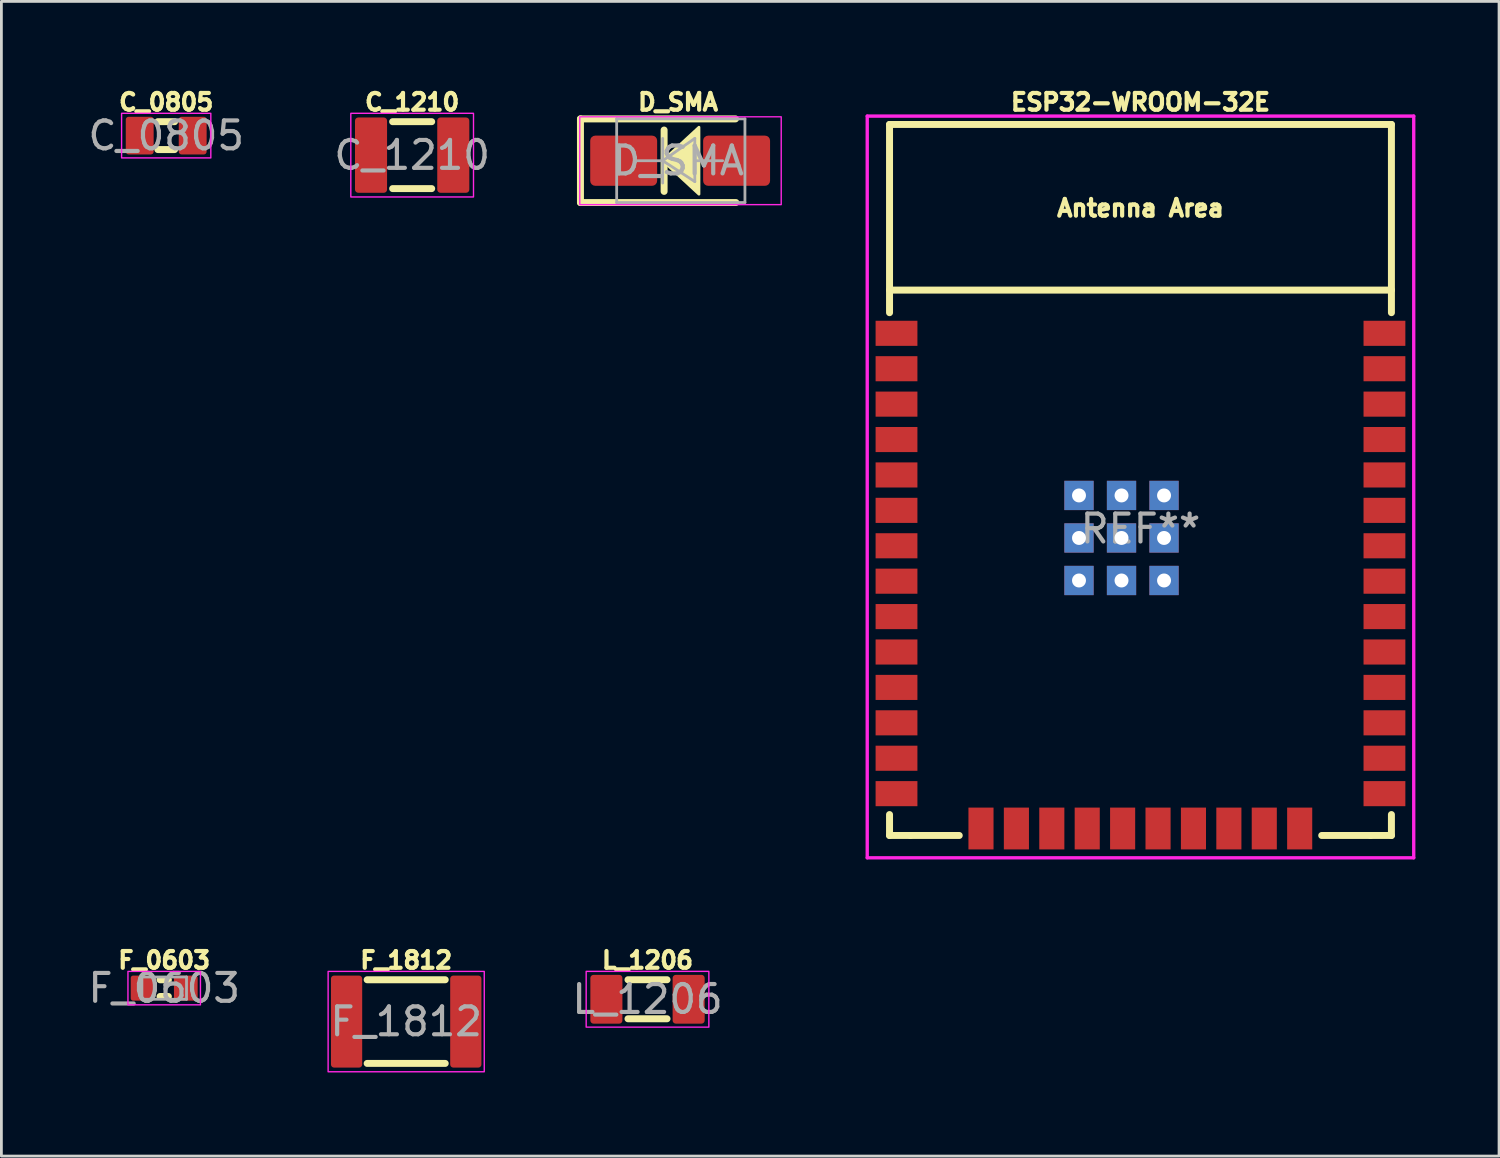
<source format=kicad_pcb>
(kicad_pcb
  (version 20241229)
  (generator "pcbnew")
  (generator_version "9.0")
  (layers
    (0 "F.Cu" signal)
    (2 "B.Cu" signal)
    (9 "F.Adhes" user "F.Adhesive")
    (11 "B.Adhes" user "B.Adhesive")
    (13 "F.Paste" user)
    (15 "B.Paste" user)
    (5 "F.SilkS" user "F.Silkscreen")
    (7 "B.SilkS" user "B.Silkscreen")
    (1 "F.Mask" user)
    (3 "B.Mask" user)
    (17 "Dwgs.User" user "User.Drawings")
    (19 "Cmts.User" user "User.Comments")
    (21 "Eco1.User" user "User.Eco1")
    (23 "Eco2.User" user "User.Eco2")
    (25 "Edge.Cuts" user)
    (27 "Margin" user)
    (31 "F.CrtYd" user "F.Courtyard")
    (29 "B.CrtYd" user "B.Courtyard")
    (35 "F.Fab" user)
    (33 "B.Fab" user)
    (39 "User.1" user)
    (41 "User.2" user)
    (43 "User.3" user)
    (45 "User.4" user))
  (footprint "F_1812"
    (layer "F.Cu")
    (at 11.518 33.589)
    (property "Reference" "F_1812" (at 0 -2.2 0) (unlocked yes) (layer "F.SilkS") (effects (font (size 0.6 0.6) (thickness 0.15) (bold yes))))
    (attr smd)
    (fp_line (start -1.4 -1.5) (end 1.4 -1.5) (stroke (width 0.25) (type default)) (layer "F.SilkS"))
    (fp_line (start -1.4 1.5) (end 1.4 1.5) (stroke (width 0.25) (type default)) (layer "F.SilkS"))
    (fp_rect (start -2.8 -1.8) (end 2.8 1.8) (stroke (width 0.05) (type default)) (fill no) (layer "F.CrtYd"))
    (fp_text user "${REFERENCE}" (at 0 0 0) (unlocked yes) (layer "F.Fab") (effects (font (size 1 1) (thickness 0.15))))
    (pad "1" smd roundrect (at -2.138 0) (size 1.12 3.3) (layers "F.Cu" "F.Mask" "F.Paste") (roundrect_rratio 0.1))
    (pad "2" smd roundrect (at 2.138 0) (size 1.12 3.3) (layers "F.Cu" "F.Mask" "F.Paste") (roundrect_rratio 0.1)))
  (footprint "F_0603"
    (layer "F.Cu")
    (at 2.839 32.389)
    (property "Reference" "F_0603" (at 0 -1 0) (unlocked yes) (layer "F.SilkS") (effects (font (size 0.6 0.6) (thickness 0.15) (bold yes))))
    (attr smd)
    (fp_line (start -0.15 -0.3) (end 0.15 -0.3) (stroke (width 0.25) (type default)) (layer "F.SilkS"))
    (fp_line (start -0.15 0.3) (end 0.15 0.3) (stroke (width 0.25) (type default)) (layer "F.SilkS"))
    (fp_rect (start -1.3 -0.6) (end 1.3 0.6) (stroke (width 0.05) (type default)) (fill no) (layer "F.CrtYd"))
    (fp_line (start -0.8 -0.4) (end 0.8 -0.4) (stroke (width 0.1) (type solid)) (layer "F.Fab"))
    (fp_line (start -0.8 0.4) (end -0.8 -0.4) (stroke (width 0.1) (type solid)) (layer "F.Fab"))
    (fp_line (start 0.8 -0.4) (end 0.8 0.4) (stroke (width 0.1) (type solid)) (layer "F.Fab"))
    (fp_line (start 0.8 0.4) (end -0.8 0.4) (stroke (width 0.1) (type solid)) (layer "F.Fab"))
    (fp_text user "${REFERENCE}" (at 0 0 0) (unlocked yes) (layer "F.Fab") (effects (font (size 1 1) (thickness 0.15))))
    (pad "1" smd roundrect (at -0.775 0) (size 0.85 0.9) (layers "F.Cu" "F.Mask" "F.Paste") (roundrect_rratio 0.1))
    (pad "2" smd roundrect (at 0.775 0) (size 0.85 0.9) (layers "F.Cu" "F.Mask" "F.Paste") (roundrect_rratio 0.1)))
  (footprint "D_SMA"
    (layer "F.Cu")
    (at 21.268 2.714)
    (property "Reference" "D_SMA" (at 0 -2.1 0) (unlocked yes) (layer "F.SilkS") (effects (font (size 0.6 0.6) (thickness 0.15) (bold yes))))
    (attr smd)
    (fp_line (start -3.5 -1.5) (end -3.5 1.5) (stroke (width 0.25) (type solid)) (layer "F.SilkS"))
    (fp_line (start -3.5 -1.5) (end 2.06 -1.5) (stroke (width 0.25) (type solid)) (layer "F.SilkS"))
    (fp_line (start -3.5 1.5) (end 2.074 1.5) (stroke (width 0.25) (type solid)) (layer "F.SilkS"))
    (fp_line (start -0.5 -1.1) (end -0.5 1.1) (stroke (width 0.25) (type default)) (layer "F.SilkS"))
    (fp_poly (pts (xy -0.55 0) (xy 0.75 -1.2) (xy 0.75 1.2)) (stroke (width 0.1) (type solid)) (fill yes) (layer "F.SilkS"))
    (fp_rect (start -3.525 -1.575) (end 3.7 1.575) (stroke (width 0.05) (type default)) (fill no) (layer "F.CrtYd"))
    (fp_line (start -2.201 1.499) (end -2.201 -1.501) (stroke (width 0.1) (type solid)) (layer "F.Fab"))
    (fp_line (start -0.55 -0.8) (end -0.55 0.8) (stroke (width 0.1) (type solid)) (layer "F.Fab"))
    (fp_line (start -0.55 0) (end -1.452 0) (stroke (width 0.1) (type solid)) (layer "F.Fab"))
    (fp_line (start -0.55 0) (end 0.601 -0.8) (stroke (width 0.1) (type solid)) (layer "F.Fab"))
    (fp_line (start -0.55 0) (end 0.601 0.749) (stroke (width 0.1) (type solid)) (layer "F.Fab"))
    (fp_line (start 0.601 0) (end 1.599 0) (stroke (width 0.1) (type solid)) (layer "F.Fab"))
    (fp_line (start 0.601 0.749) (end 0.601 -0.8) (stroke (width 0.1) (type solid)) (layer "F.Fab"))
    (fp_line (start 2.399 -1.501) (end -2.201 -1.501) (stroke (width 0.1) (type solid)) (layer "F.Fab"))
    (fp_line (start 2.399 -1.501) (end 2.399 1.499) (stroke (width 0.1) (type solid)) (layer "F.Fab"))
    (fp_line (start 2.399 1.499) (end -2.201 1.499) (stroke (width 0.1) (type solid)) (layer "F.Fab"))
    (fp_text user "${REFERENCE}" (at 0 0 0) (unlocked yes) (layer "F.Fab") (effects (font (size 1 1) (thickness 0.15))))
    (pad "1" smd roundrect (at -1.95 0) (size 2.4 1.8) (layers "F.Cu" "F.Mask" "F.Paste") (roundrect_rratio 0.1))
    (pad "2" smd roundrect (at 2.1 0) (size 2.4 1.8) (layers "F.Cu" "F.Mask" "F.Paste") (roundrect_rratio 0.1)))
  (footprint "C_0805"
    (layer "F.Cu")
    (at 2.911 1.814)
    (property "Reference" "C_0805" (at 0 -1.2 0) (unlocked yes) (layer "F.SilkS") (effects (font (size 0.6 0.6) (thickness 0.15) (bold yes))))
    (attr smd)
    (fp_line (start -0.3 -0.5) (end 0.3 -0.5) (stroke (width 0.25) (type default)) (layer "F.SilkS"))
    (fp_line (start -0.3 0.5) (end 0.3 0.5) (stroke (width 0.25) (type default)) (layer "F.SilkS"))
    (fp_rect (start -1.6 -0.8) (end 1.6 0.8) (stroke (width 0.05) (type default)) (fill no) (layer "F.CrtYd"))
    (fp_text user "${REFERENCE}" (at 0 0 0) (unlocked yes) (layer "F.Fab") (effects (font (size 1 1) (thickness 0.15))))
    (pad "1" smd roundrect (at -0.95 0) (size 1 1.35) (layers "F.Cu" "F.Mask" "F.Paste") (roundrect_rratio 0.1))
    (pad "2" smd roundrect (at 0.95 0) (size 1 1.35) (layers "F.Cu" "F.Mask" "F.Paste") (roundrect_rratio 0.1)))
  (footprint "C_1210"
    (layer "F.Cu")
    (at 11.732 2.514)
    (property "Reference" "C_1210" (at 0 -1.9 0) (unlocked yes) (layer "F.SilkS") (effects (font (size 0.6 0.6) (thickness 0.15) (bold yes))))
    (attr smd)
    (fp_line (start -0.7 -1.2) (end 0.7 -1.2) (stroke (width 0.25) (type default)) (layer "F.SilkS"))
    (fp_line (start -0.7 1.2) (end 0.7 1.2) (stroke (width 0.25) (type default)) (layer "F.SilkS"))
    (fp_rect (start -2.2 -1.5) (end 2.2 1.5) (stroke (width 0.05) (type default)) (fill no) (layer "F.CrtYd"))
    (fp_text user "${REFERENCE}" (at 0 0 0) (unlocked yes) (layer "F.Fab") (effects (font (size 1 1) (thickness 0.15))))
    (pad "1" smd roundrect (at -1.475 0) (size 1.15 2.7) (layers "F.Cu" "F.Mask" "F.Paste") (roundrect_rratio 0.1))
    (pad "2" smd roundrect (at 1.475 0) (size 1.15 2.7) (layers "F.Cu" "F.Mask" "F.Paste") (roundrect_rratio 0.1)))
  (footprint "L_1206"
    (layer "F.Cu")
    (at 20.173 32.788)
    (property "Reference" "L_1206" (at 0 -1.4 0) (unlocked yes) (layer "F.SilkS") (effects (font (size 0.6 0.6) (thickness 0.15) (bold yes))))
    (attr smd)
    (fp_line (start -0.7 -0.7) (end 0.7 -0.7) (stroke (width 0.25) (type default)) (layer "F.SilkS"))
    (fp_line (start -0.7 0.7) (end 0.7 0.7) (stroke (width 0.25) (type default)) (layer "F.SilkS"))
    (fp_rect (start -2.2 -1) (end 2.2 1) (stroke (width 0.05) (type default)) (fill no) (layer "F.CrtYd"))
    (fp_text user "${REFERENCE}" (at 0 0 0) (unlocked yes) (layer "F.Fab") (effects (font (size 1 1) (thickness 0.15))))
    (pad "1" smd roundrect (at -1.475 0) (size 1.15 1.75) (layers "F.Cu" "F.Mask" "F.Paste") (roundrect_rratio 0.1))
    (pad "2" smd roundrect (at 1.475 0) (size 1.15 1.75) (layers "F.Cu" "F.Mask" "F.Paste") (roundrect_rratio 0.1)))
  (footprint "ESP32-WROOM-32E"
    (layer "F.Cu")
    (at 37.853 15.914)
    (property "Reference" "ESP32-WROOM-32E" (at 0 -15.3 0) (layer "F.SilkS") (effects (font (size 0.6 0.6) (thickness 0.15))))
    (attr smd)
    (fp_line (start -9 -14.5) (end -9 -7.75) (stroke (width 0.25) (type solid)) (layer "F.SilkS"))
    (fp_line (start -9 -14.5) (end 9 -14.5) (stroke (width 0.25) (type solid)) (layer "F.SilkS"))
    (fp_line (start -9 10.25) (end -9 11) (stroke (width 0.25) (type solid)) (layer "F.SilkS"))
    (fp_line (start -9 11) (end -8.25 11) (stroke (width 0.25) (type solid)) (layer "F.SilkS"))
    (fp_line (start -8.25 11) (end -6.5 11) (stroke (width 0.25) (type solid)) (layer "F.SilkS"))
    (fp_line (start 8.25 11) (end 6.5 11) (stroke (width 0.25) (type solid)) (layer "F.SilkS"))
    (fp_line (start 9 -14.5) (end 9 -7.75) (stroke (width 0.25) (type solid)) (layer "F.SilkS"))
    (fp_line (start 9 -8.56) (end -9 -8.56) (stroke (width 0.25) (type solid)) (layer "F.SilkS"))
    (fp_line (start 9 10.25) (end 9 11) (stroke (width 0.25) (type solid)) (layer "F.SilkS"))
    (fp_line (start 9 11) (end 8.25 11) (stroke (width 0.25) (type solid)) (layer "F.SilkS"))
    (fp_line (start -9 -14.5) (end 9 -14.5) (stroke (width 0.12) (type solid)) (layer "Eco2.User"))
    (fp_line (start -9 -8.56) (end 9 -8.56) (stroke (width 0.12) (type solid)) (layer "Eco2.User"))
    (fp_line (start -9 11) (end -9 -14.5) (stroke (width 0.12) (type solid)) (layer "Eco2.User"))
    (fp_line (start 9 -14.5) (end 9 11) (stroke (width 0.12) (type solid)) (layer "Eco2.User"))
    (fp_line (start 9 11) (end -9 11) (stroke (width 0.12) (type solid)) (layer "Eco2.User"))
    (fp_line (start -9.8 -14.8) (end -9.8 11.8) (stroke (width 0.12) (type solid)) (layer "F.CrtYd"))
    (fp_line (start -9.8 11.8) (end 9.8 11.8) (stroke (width 0.12) (type solid)) (layer "F.CrtYd"))
    (fp_line (start 9.8 -14.8) (end -9.8 -14.8) (stroke (width 0.12) (type solid)) (layer "F.CrtYd"))
    (fp_line (start 9.8 -14.8) (end 9.8 11.8) (stroke (width 0.12) (type solid)) (layer "F.CrtYd"))
    (fp_text user "Antenna Area" (at 0 -11.5 0) (layer "F.SilkS") (effects (font (size 0.6 0.6) (thickness 0.15) (bold yes))))
    (fp_text user "Antenna Area" (at 0 -11.5 0) (layer "Eco2.User") (effects (font (size 0.6 0.6) (thickness 0.15))))
    (fp_text user "REF**" (at 0 0 0) (layer "F.Fab") (effects (font (size 1 1) (thickness 0.15))))
    (pad "1" smd rect (at -8.75 -7.01) (size 1.5 0.9) (layers "F.Cu" "F.Mask" "F.Paste"))
    (pad "2" smd rect (at -8.75 -5.74) (size 1.5 0.9) (layers "F.Cu" "F.Mask" "F.Paste"))
    (pad "3" smd rect (at -8.75 -4.47) (size 1.5 0.9) (layers "F.Cu" "F.Mask" "F.Paste"))
    (pad "4" smd rect (at -8.75 -3.2) (size 1.5 0.9) (layers "F.Cu" "F.Mask" "F.Paste"))
    (pad "5" smd rect (at -8.75 -1.93) (size 1.5 0.9) (layers "F.Cu" "F.Mask" "F.Paste"))
    (pad "6" smd rect (at -8.75 -0.66) (size 1.5 0.9) (layers "F.Cu" "F.Mask" "F.Paste"))
    (pad "7" smd rect (at -8.75 0.61) (size 1.5 0.9) (layers "F.Cu" "F.Mask" "F.Paste"))
    (pad "8" smd rect (at -8.75 1.88) (size 1.5 0.9) (layers "F.Cu" "F.Mask" "F.Paste"))
    (pad "9" smd rect (at -8.75 3.15) (size 1.5 0.9) (layers "F.Cu" "F.Mask" "F.Paste"))
    (pad "10" smd rect (at -8.75 4.42) (size 1.5 0.9) (layers "F.Cu" "F.Mask" "F.Paste"))
    (pad "11" smd rect (at -8.75 5.69) (size 1.5 0.9) (layers "F.Cu" "F.Mask" "F.Paste"))
    (pad "12" smd rect (at -8.75 6.96) (size 1.5 0.9) (layers "F.Cu" "F.Mask" "F.Paste"))
    (pad "13" smd rect (at -8.75 8.23) (size 1.5 0.9) (layers "F.Cu" "F.Mask" "F.Paste"))
    (pad "14" smd rect (at -8.75 9.5) (size 1.5 0.9) (layers "F.Cu" "F.Mask" "F.Paste"))
    (pad "15" smd rect (at -5.72 10.75 90) (size 1.5 0.9) (layers "F.Cu" "F.Mask" "F.Paste"))
    (pad "16" smd rect (at -4.45 10.75 90) (size 1.5 0.9) (layers "F.Cu" "F.Mask" "F.Paste"))
    (pad "17" smd rect (at -3.18 10.75 90) (size 1.5 0.9) (layers "F.Cu" "F.Mask" "F.Paste"))
    (pad "18" smd rect (at -1.91 10.75 90) (size 1.5 0.9) (layers "F.Cu" "F.Mask" "F.Paste"))
    (pad "19" smd rect (at -0.64 10.75 90) (size 1.5 0.9) (layers "F.Cu" "F.Mask" "F.Paste"))
    (pad "20" smd rect (at 0.63 10.75 90) (size 1.5 0.9) (layers "F.Cu" "F.Mask" "F.Paste"))
    (pad "21" smd rect (at 1.9 10.75 90) (size 1.5 0.9) (layers "F.Cu" "F.Mask" "F.Paste"))
    (pad "22" smd rect (at 3.17 10.75 90) (size 1.5 0.9) (layers "F.Cu" "F.Mask" "F.Paste"))
    (pad "23" smd rect (at 4.44 10.75 90) (size 1.5 0.9) (layers "F.Cu" "F.Mask" "F.Paste"))
    (pad "24" smd rect (at 5.71 10.75 90) (size 1.5 0.9) (layers "F.Cu" "F.Mask" "F.Paste"))
    (pad "25" smd rect (at 8.75 9.5 180) (size 1.5 0.9) (layers "F.Cu" "F.Mask" "F.Paste"))
    (pad "26" smd rect (at 8.75 8.23 180) (size 1.5 0.9) (layers "F.Cu" "F.Mask" "F.Paste"))
    (pad "27" smd rect (at 8.75 6.96 180) (size 1.5 0.9) (layers "F.Cu" "F.Mask" "F.Paste"))
    (pad "28" smd rect (at 8.75 5.69 180) (size 1.5 0.9) (layers "F.Cu" "F.Mask" "F.Paste"))
    (pad "29" smd rect (at 8.75 4.42 180) (size 1.5 0.9) (layers "F.Cu" "F.Mask" "F.Paste"))
    (pad "30" smd rect (at 8.75 3.15 180) (size 1.5 0.9) (layers "F.Cu" "F.Mask" "F.Paste"))
    (pad "31" smd rect (at 8.75 1.88 180) (size 1.5 0.9) (layers "F.Cu" "F.Mask" "F.Paste"))
    (pad "32" smd rect (at 8.75 0.61 180) (size 1.5 0.9) (layers "F.Cu" "F.Mask" "F.Paste"))
    (pad "33" smd rect (at 8.75 -0.66 180) (size 1.5 0.9) (layers "F.Cu" "F.Mask" "F.Paste"))
    (pad "34" smd rect (at 8.75 -1.93 180) (size 1.5 0.9) (layers "F.Cu" "F.Mask" "F.Paste"))
    (pad "35" smd rect (at 8.75 -3.2 180) (size 1.5 0.9) (layers "F.Cu" "F.Mask" "F.Paste"))
    (pad "36" smd rect (at 8.75 -4.47 180) (size 1.5 0.9) (layers "F.Cu" "F.Mask" "F.Paste"))
    (pad "37" smd rect (at 8.75 -5.74 180) (size 1.5 0.9) (layers "F.Cu" "F.Mask" "F.Paste"))
    (pad "38" smd rect (at 8.75 -7.01 180) (size 1.5 0.9) (layers "F.Cu" "F.Mask" "F.Paste"))
    (pad "39" thru_hole rect (at -2.205 -1.195 180) (size 1.05 1.05) (drill 0.5) (layers "*.Cu" "*.Mask"))
    (pad "39" thru_hole rect (at -2.205 0.33 180) (size 1.05 1.05) (drill 0.5) (layers "*.Cu" "*.Mask"))
    (pad "39" thru_hole rect (at -2.205 1.855 180) (size 1.05 1.05) (drill 0.5) (layers "*.Cu" "*.Mask"))
    (pad "39" thru_hole rect (at -0.68 -1.195 180) (size 1.05 1.05) (drill 0.5) (layers "*.Cu" "*.Mask"))
    (pad "39" thru_hole rect (at -0.68 0.33 180) (size 1.05 1.05) (drill 0.5) (layers "*.Cu" "*.Mask"))
    (pad "39" thru_hole rect (at -0.68 1.855 180) (size 1.05 1.05) (drill 0.5) (layers "*.Cu" "*.Mask"))
    (pad "39" thru_hole rect (at 0.845 -1.195 180) (size 1.05 1.05) (drill 0.5) (layers "*.Cu" "*.Mask"))
    (pad "39" thru_hole rect (at 0.845 0.33 180) (size 1.05 1.05) (drill 0.5) (layers "*.Cu" "*.Mask"))
    (pad "39" thru_hole rect (at 0.845 1.855 180) (size 1.05 1.05) (drill 0.5) (layers "*.Cu" "*.Mask"))
    (zone (net_name "") (layers "F.Cu" "B.Cu") (name "ESP32-Antena-KeepOut") (hatch edge 0.5) (connect_pads) (min_thickness 0.25) (filled_areas_thickness no) (keepout (tracks not_allowed) (vias not_allowed) (pads not_allowed) (copperpour not_allowed) (footprints allowed)) (placement (enabled no)) (fill) (polygon (pts (xy 28.053 1.114) (xy 47.653 1.114) (xy 47.653 7.414) (xy 28.053 7.414)))))
  (gr_rect
    (start -3 -3)
    (end 50.713 38.413)
    (stroke (width 0.1) (type default))
    (fill no)
    (layer "Edge.Cuts")))
</source>
